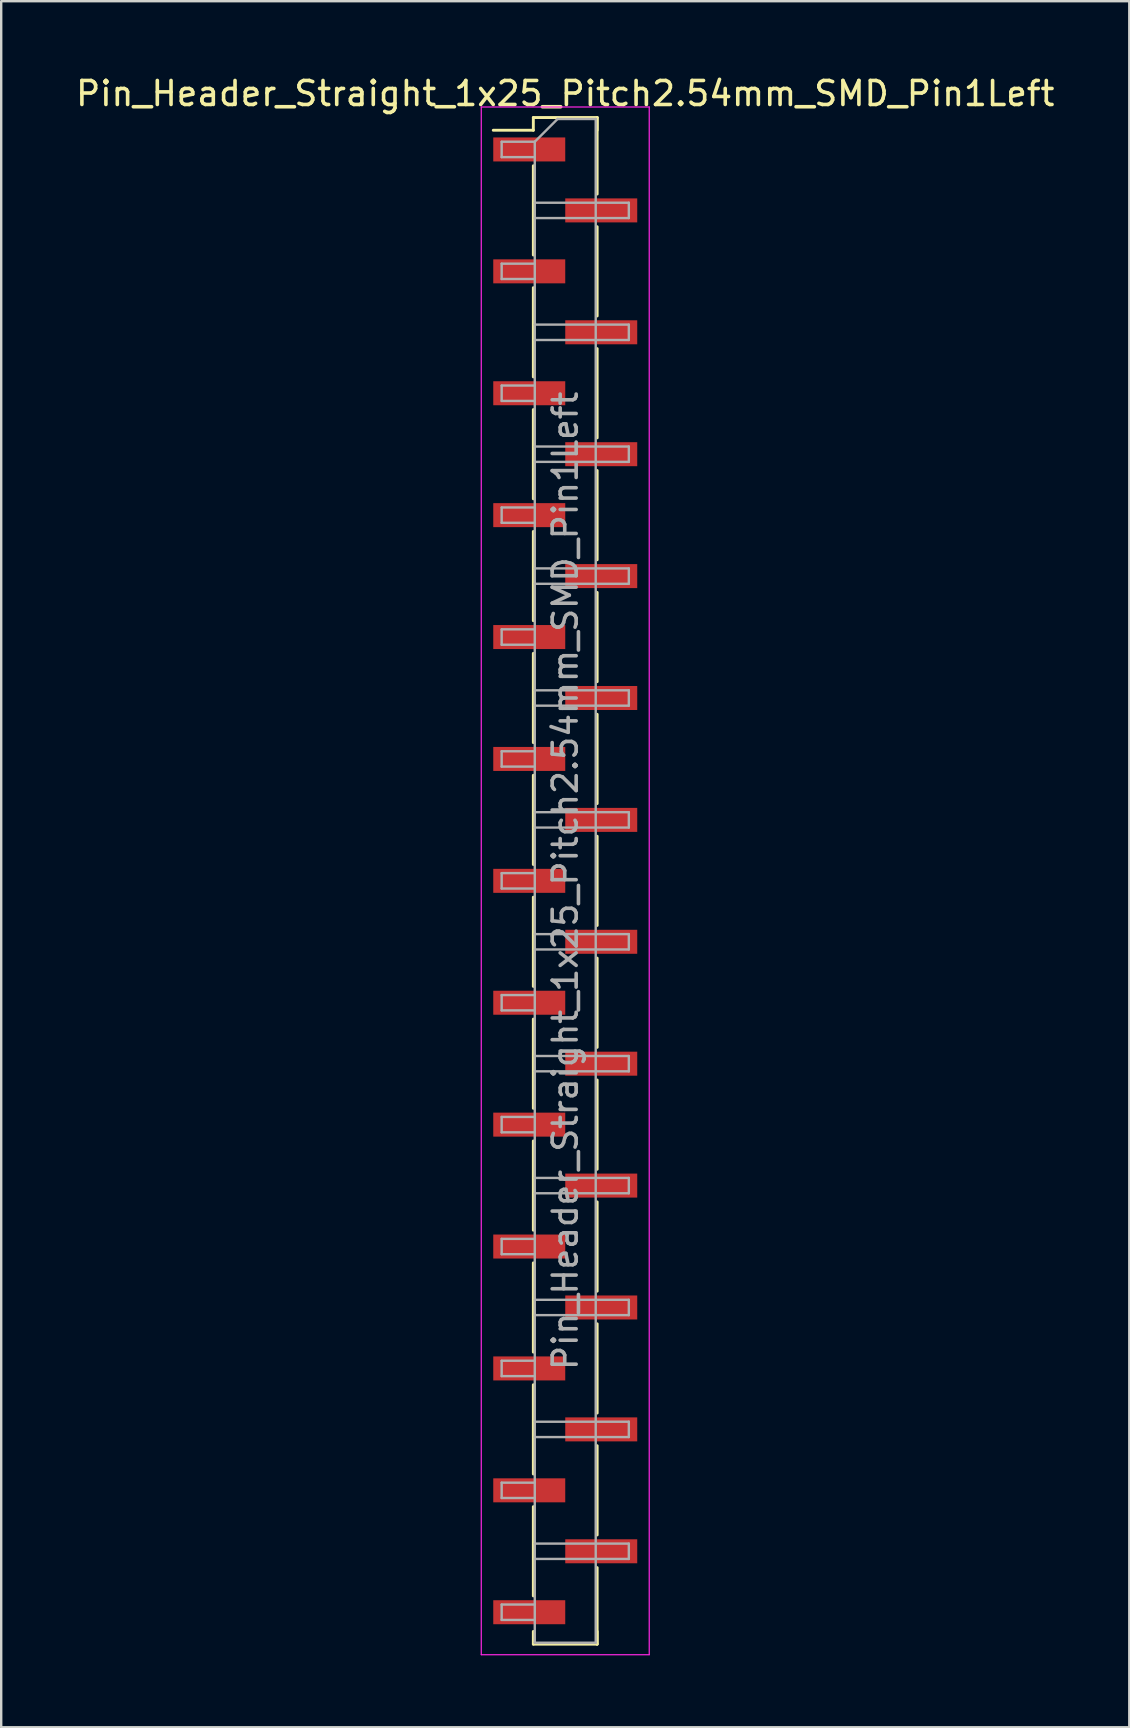
<source format=kicad_pcb>
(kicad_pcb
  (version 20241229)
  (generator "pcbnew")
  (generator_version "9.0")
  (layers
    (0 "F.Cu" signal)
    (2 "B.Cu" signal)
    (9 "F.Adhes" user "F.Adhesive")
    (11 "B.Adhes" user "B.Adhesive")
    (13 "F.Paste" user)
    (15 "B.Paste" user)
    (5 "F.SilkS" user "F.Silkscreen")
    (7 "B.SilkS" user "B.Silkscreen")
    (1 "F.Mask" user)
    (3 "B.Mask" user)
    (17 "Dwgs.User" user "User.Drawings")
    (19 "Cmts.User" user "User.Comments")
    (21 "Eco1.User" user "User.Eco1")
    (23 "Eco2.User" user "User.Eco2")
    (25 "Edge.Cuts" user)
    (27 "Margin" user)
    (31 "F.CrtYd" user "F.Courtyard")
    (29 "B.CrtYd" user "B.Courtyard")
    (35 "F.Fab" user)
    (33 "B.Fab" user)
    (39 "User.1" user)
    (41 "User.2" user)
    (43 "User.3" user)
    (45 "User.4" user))
  (footprint "Pin_Header_Straight_1x25_Pitch2.54mm_SMD_Pin1Left"
    (layer "F.Cu")
    (at 20.506 33.658)
    (property "Reference" "Pin_Header_Straight_1x25_Pitch2.54mm_SMD_Pin1Left" (at 0 -32.81 0) (layer "F.SilkS") (effects (font (size 1 1) (thickness 0.15))))
    (attr smd)
    (fp_line (start -1.33 -31.81) (end 1.33 -31.81) (stroke (width 0.12) (type solid)) (layer "F.SilkS"))
    (fp_line (start -1.33 -31.28) (end -3 -31.28) (stroke (width 0.12) (type solid)) (layer "F.SilkS"))
    (fp_line (start -1.33 -31.28) (end -1.33 -31.81) (stroke (width 0.12) (type solid)) (layer "F.SilkS"))
    (fp_line (start -1.33 -29.8) (end -1.33 -26.08) (stroke (width 0.12) (type solid)) (layer "F.SilkS"))
    (fp_line (start -1.33 -24.72) (end -1.33 -21) (stroke (width 0.12) (type solid)) (layer "F.SilkS"))
    (fp_line (start -1.33 -19.64) (end -1.33 -15.92) (stroke (width 0.12) (type solid)) (layer "F.SilkS"))
    (fp_line (start -1.33 -14.56) (end -1.33 -10.84) (stroke (width 0.12) (type solid)) (layer "F.SilkS"))
    (fp_line (start -1.33 -9.48) (end -1.33 -5.76) (stroke (width 0.12) (type solid)) (layer "F.SilkS"))
    (fp_line (start -1.33 -4.4) (end -1.33 -0.68) (stroke (width 0.12) (type solid)) (layer "F.SilkS"))
    (fp_line (start -1.33 0.68) (end -1.33 4.4) (stroke (width 0.12) (type solid)) (layer "F.SilkS"))
    (fp_line (start -1.33 5.76) (end -1.33 9.48) (stroke (width 0.12) (type solid)) (layer "F.SilkS"))
    (fp_line (start -1.33 10.84) (end -1.33 14.56) (stroke (width 0.12) (type solid)) (layer "F.SilkS"))
    (fp_line (start -1.33 15.92) (end -1.33 19.64) (stroke (width 0.12) (type solid)) (layer "F.SilkS"))
    (fp_line (start -1.33 21) (end -1.33 24.72) (stroke (width 0.12) (type solid)) (layer "F.SilkS"))
    (fp_line (start -1.33 26.08) (end -1.33 29.8) (stroke (width 0.12) (type solid)) (layer "F.SilkS"))
    (fp_line (start -1.33 31.28) (end -1.33 31.81) (stroke (width 0.12) (type solid)) (layer "F.SilkS"))
    (fp_line (start -1.33 31.81) (end 1.33 31.81) (stroke (width 0.12) (type solid)) (layer "F.SilkS"))
    (fp_line (start 1.33 -31.81) (end 1.33 -31.28) (stroke (width 0.12) (type solid)) (layer "F.SilkS"))
    (fp_line (start 1.33 -31.81) (end 1.33 -28.62) (stroke (width 0.12) (type solid)) (layer "F.SilkS"))
    (fp_line (start 1.33 -27.26) (end 1.33 -23.54) (stroke (width 0.12) (type solid)) (layer "F.SilkS"))
    (fp_line (start 1.33 -22.18) (end 1.33 -18.46) (stroke (width 0.12) (type solid)) (layer "F.SilkS"))
    (fp_line (start 1.33 -17.1) (end 1.33 -13.38) (stroke (width 0.12) (type solid)) (layer "F.SilkS"))
    (fp_line (start 1.33 -12.02) (end 1.33 -8.3) (stroke (width 0.12) (type solid)) (layer "F.SilkS"))
    (fp_line (start 1.33 -6.94) (end 1.33 -3.22) (stroke (width 0.12) (type solid)) (layer "F.SilkS"))
    (fp_line (start 1.33 -1.86) (end 1.33 1.86) (stroke (width 0.12) (type solid)) (layer "F.SilkS"))
    (fp_line (start 1.33 3.22) (end 1.33 6.94) (stroke (width 0.12) (type solid)) (layer "F.SilkS"))
    (fp_line (start 1.33 8.3) (end 1.33 12.02) (stroke (width 0.12) (type solid)) (layer "F.SilkS"))
    (fp_line (start 1.33 13.38) (end 1.33 17.1) (stroke (width 0.12) (type solid)) (layer "F.SilkS"))
    (fp_line (start 1.33 18.46) (end 1.33 22.18) (stroke (width 0.12) (type solid)) (layer "F.SilkS"))
    (fp_line (start 1.33 23.54) (end 1.33 27.26) (stroke (width 0.12) (type solid)) (layer "F.SilkS"))
    (fp_line (start 1.33 28.62) (end 1.33 31.81) (stroke (width 0.12) (type solid)) (layer "F.SilkS"))
    (fp_line (start 1.33 31.81) (end 1.33 31.28) (stroke (width 0.12) (type solid)) (layer "F.SilkS"))
    (fp_line (start -3.5 -32.25) (end -3.5 32.25) (stroke (width 0.05) (type solid)) (layer "F.CrtYd"))
    (fp_line (start -3.5 32.25) (end 3.5 32.25) (stroke (width 0.05) (type solid)) (layer "F.CrtYd"))
    (fp_line (start 3.5 -32.25) (end -3.5 -32.25) (stroke (width 0.05) (type solid)) (layer "F.CrtYd"))
    (fp_line (start 3.5 32.25) (end 3.5 -32.25) (stroke (width 0.05) (type solid)) (layer "F.CrtYd"))
    (fp_line (start -2.65 -30.8) (end -2.65 -30.16) (stroke (width 0.1) (type solid)) (layer "F.Fab"))
    (fp_line (start -2.65 -30.16) (end -1.27 -30.16) (stroke (width 0.1) (type solid)) (layer "F.Fab"))
    (fp_line (start -2.65 -25.72) (end -2.65 -25.08) (stroke (width 0.1) (type solid)) (layer "F.Fab"))
    (fp_line (start -2.65 -25.08) (end -1.27 -25.08) (stroke (width 0.1) (type solid)) (layer "F.Fab"))
    (fp_line (start -2.65 -20.64) (end -2.65 -20) (stroke (width 0.1) (type solid)) (layer "F.Fab"))
    (fp_line (start -2.65 -20) (end -1.27 -20) (stroke (width 0.1) (type solid)) (layer "F.Fab"))
    (fp_line (start -2.65 -15.56) (end -2.65 -14.92) (stroke (width 0.1) (type solid)) (layer "F.Fab"))
    (fp_line (start -2.65 -14.92) (end -1.27 -14.92) (stroke (width 0.1) (type solid)) (layer "F.Fab"))
    (fp_line (start -2.65 -10.48) (end -2.65 -9.84) (stroke (width 0.1) (type solid)) (layer "F.Fab"))
    (fp_line (start -2.65 -9.84) (end -1.27 -9.84) (stroke (width 0.1) (type solid)) (layer "F.Fab"))
    (fp_line (start -2.65 -5.4) (end -2.65 -4.76) (stroke (width 0.1) (type solid)) (layer "F.Fab"))
    (fp_line (start -2.65 -4.76) (end -1.27 -4.76) (stroke (width 0.1) (type solid)) (layer "F.Fab"))
    (fp_line (start -2.65 -0.32) (end -2.65 0.32) (stroke (width 0.1) (type solid)) (layer "F.Fab"))
    (fp_line (start -2.65 0.32) (end -1.27 0.32) (stroke (width 0.1) (type solid)) (layer "F.Fab"))
    (fp_line (start -2.65 4.76) (end -2.65 5.4) (stroke (width 0.1) (type solid)) (layer "F.Fab"))
    (fp_line (start -2.65 5.4) (end -1.27 5.4) (stroke (width 0.1) (type solid)) (layer "F.Fab"))
    (fp_line (start -2.65 9.84) (end -2.65 10.48) (stroke (width 0.1) (type solid)) (layer "F.Fab"))
    (fp_line (start -2.65 10.48) (end -1.27 10.48) (stroke (width 0.1) (type solid)) (layer "F.Fab"))
    (fp_line (start -2.65 14.92) (end -2.65 15.56) (stroke (width 0.1) (type solid)) (layer "F.Fab"))
    (fp_line (start -2.65 15.56) (end -1.27 15.56) (stroke (width 0.1) (type solid)) (layer "F.Fab"))
    (fp_line (start -2.65 20) (end -2.65 20.64) (stroke (width 0.1) (type solid)) (layer "F.Fab"))
    (fp_line (start -2.65 20.64) (end -1.27 20.64) (stroke (width 0.1) (type solid)) (layer "F.Fab"))
    (fp_line (start -2.65 25.08) (end -2.65 25.72) (stroke (width 0.1) (type solid)) (layer "F.Fab"))
    (fp_line (start -2.65 25.72) (end -1.27 25.72) (stroke (width 0.1) (type solid)) (layer "F.Fab"))
    (fp_line (start -2.65 30.16) (end -2.65 30.8) (stroke (width 0.1) (type solid)) (layer "F.Fab"))
    (fp_line (start -2.65 30.8) (end -1.27 30.8) (stroke (width 0.1) (type solid)) (layer "F.Fab"))
    (fp_line (start -1.27 -30.8) (end -2.65 -30.8) (stroke (width 0.1) (type solid)) (layer "F.Fab"))
    (fp_line (start -1.27 -30.8) (end -0.32 -31.75) (stroke (width 0.1) (type solid)) (layer "F.Fab"))
    (fp_line (start -1.27 -28.26) (end 2.65 -28.26) (stroke (width 0.1) (type solid)) (layer "F.Fab"))
    (fp_line (start -1.27 -25.72) (end -2.65 -25.72) (stroke (width 0.1) (type solid)) (layer "F.Fab"))
    (fp_line (start -1.27 -23.18) (end 2.65 -23.18) (stroke (width 0.1) (type solid)) (layer "F.Fab"))
    (fp_line (start -1.27 -20.64) (end -2.65 -20.64) (stroke (width 0.1) (type solid)) (layer "F.Fab"))
    (fp_line (start -1.27 -18.1) (end 2.65 -18.1) (stroke (width 0.1) (type solid)) (layer "F.Fab"))
    (fp_line (start -1.27 -15.56) (end -2.65 -15.56) (stroke (width 0.1) (type solid)) (layer "F.Fab"))
    (fp_line (start -1.27 -13.02) (end 2.65 -13.02) (stroke (width 0.1) (type solid)) (layer "F.Fab"))
    (fp_line (start -1.27 -10.48) (end -2.65 -10.48) (stroke (width 0.1) (type solid)) (layer "F.Fab"))
    (fp_line (start -1.27 -7.94) (end 2.65 -7.94) (stroke (width 0.1) (type solid)) (layer "F.Fab"))
    (fp_line (start -1.27 -5.4) (end -2.65 -5.4) (stroke (width 0.1) (type solid)) (layer "F.Fab"))
    (fp_line (start -1.27 -2.86) (end 2.65 -2.86) (stroke (width 0.1) (type solid)) (layer "F.Fab"))
    (fp_line (start -1.27 -0.32) (end -2.65 -0.32) (stroke (width 0.1) (type solid)) (layer "F.Fab"))
    (fp_line (start -1.27 2.22) (end 2.65 2.22) (stroke (width 0.1) (type solid)) (layer "F.Fab"))
    (fp_line (start -1.27 4.76) (end -2.65 4.76) (stroke (width 0.1) (type solid)) (layer "F.Fab"))
    (fp_line (start -1.27 7.3) (end 2.65 7.3) (stroke (width 0.1) (type solid)) (layer "F.Fab"))
    (fp_line (start -1.27 9.84) (end -2.65 9.84) (stroke (width 0.1) (type solid)) (layer "F.Fab"))
    (fp_line (start -1.27 12.38) (end 2.65 12.38) (stroke (width 0.1) (type solid)) (layer "F.Fab"))
    (fp_line (start -1.27 14.92) (end -2.65 14.92) (stroke (width 0.1) (type solid)) (layer "F.Fab"))
    (fp_line (start -1.27 17.46) (end 2.65 17.46) (stroke (width 0.1) (type solid)) (layer "F.Fab"))
    (fp_line (start -1.27 20) (end -2.65 20) (stroke (width 0.1) (type solid)) (layer "F.Fab"))
    (fp_line (start -1.27 22.54) (end 2.65 22.54) (stroke (width 0.1) (type solid)) (layer "F.Fab"))
    (fp_line (start -1.27 25.08) (end -2.65 25.08) (stroke (width 0.1) (type solid)) (layer "F.Fab"))
    (fp_line (start -1.27 27.62) (end 2.65 27.62) (stroke (width 0.1) (type solid)) (layer "F.Fab"))
    (fp_line (start -1.27 30.16) (end -2.65 30.16) (stroke (width 0.1) (type solid)) (layer "F.Fab"))
    (fp_line (start -1.27 31.75) (end -1.27 -30.8) (stroke (width 0.1) (type solid)) (layer "F.Fab"))
    (fp_line (start -0.32 -31.75) (end 1.27 -31.75) (stroke (width 0.1) (type solid)) (layer "F.Fab"))
    (fp_line (start 1.27 -31.75) (end 1.27 31.75) (stroke (width 0.1) (type solid)) (layer "F.Fab"))
    (fp_line (start 1.27 31.75) (end -1.27 31.75) (stroke (width 0.1) (type solid)) (layer "F.Fab"))
    (fp_line (start 2.65 -28.26) (end 2.65 -27.62) (stroke (width 0.1) (type solid)) (layer "F.Fab"))
    (fp_line (start 2.65 -27.62) (end -1.27 -27.62) (stroke (width 0.1) (type solid)) (layer "F.Fab"))
    (fp_line (start 2.65 -23.18) (end 2.65 -22.54) (stroke (width 0.1) (type solid)) (layer "F.Fab"))
    (fp_line (start 2.65 -22.54) (end -1.27 -22.54) (stroke (width 0.1) (type solid)) (layer "F.Fab"))
    (fp_line (start 2.65 -18.1) (end 2.65 -17.46) (stroke (width 0.1) (type solid)) (layer "F.Fab"))
    (fp_line (start 2.65 -17.46) (end -1.27 -17.46) (stroke (width 0.1) (type solid)) (layer "F.Fab"))
    (fp_line (start 2.65 -13.02) (end 2.65 -12.38) (stroke (width 0.1) (type solid)) (layer "F.Fab"))
    (fp_line (start 2.65 -12.38) (end -1.27 -12.38) (stroke (width 0.1) (type solid)) (layer "F.Fab"))
    (fp_line (start 2.65 -7.94) (end 2.65 -7.3) (stroke (width 0.1) (type solid)) (layer "F.Fab"))
    (fp_line (start 2.65 -7.3) (end -1.27 -7.3) (stroke (width 0.1) (type solid)) (layer "F.Fab"))
    (fp_line (start 2.65 -2.86) (end 2.65 -2.22) (stroke (width 0.1) (type solid)) (layer "F.Fab"))
    (fp_line (start 2.65 -2.22) (end -1.27 -2.22) (stroke (width 0.1) (type solid)) (layer "F.Fab"))
    (fp_line (start 2.65 2.22) (end 2.65 2.86) (stroke (width 0.1) (type solid)) (layer "F.Fab"))
    (fp_line (start 2.65 2.86) (end -1.27 2.86) (stroke (width 0.1) (type solid)) (layer "F.Fab"))
    (fp_line (start 2.65 7.3) (end 2.65 7.94) (stroke (width 0.1) (type solid)) (layer "F.Fab"))
    (fp_line (start 2.65 7.94) (end -1.27 7.94) (stroke (width 0.1) (type solid)) (layer "F.Fab"))
    (fp_line (start 2.65 12.38) (end 2.65 13.02) (stroke (width 0.1) (type solid)) (layer "F.Fab"))
    (fp_line (start 2.65 13.02) (end -1.27 13.02) (stroke (width 0.1) (type solid)) (layer "F.Fab"))
    (fp_line (start 2.65 17.46) (end 2.65 18.1) (stroke (width 0.1) (type solid)) (layer "F.Fab"))
    (fp_line (start 2.65 18.1) (end -1.27 18.1) (stroke (width 0.1) (type solid)) (layer "F.Fab"))
    (fp_line (start 2.65 22.54) (end 2.65 23.18) (stroke (width 0.1) (type solid)) (layer "F.Fab"))
    (fp_line (start 2.65 23.18) (end -1.27 23.18) (stroke (width 0.1) (type solid)) (layer "F.Fab"))
    (fp_line (start 2.65 27.62) (end 2.65 28.26) (stroke (width 0.1) (type solid)) (layer "F.Fab"))
    (fp_line (start 2.65 28.26) (end -1.27 28.26) (stroke (width 0.1) (type solid)) (layer "F.Fab"))
    (fp_text user "${REFERENCE}" (at 0 0 90) (layer "F.Fab") (effects (font (size 1 1) (thickness 0.15))))
    (pad "1" smd rect (at -1.5 -30.48) (size 3 1) (layers "F.Cu" "F.Mask"))
    (pad "2" smd rect (at 1.5 -27.94) (size 3 1) (layers "F.Cu" "F.Mask"))
    (pad "3" smd rect (at -1.5 -25.4) (size 3 1) (layers "F.Cu" "F.Mask"))
    (pad "4" smd rect (at 1.5 -22.86) (size 3 1) (layers "F.Cu" "F.Mask"))
    (pad "5" smd rect (at -1.5 -20.32) (size 3 1) (layers "F.Cu" "F.Mask"))
    (pad "6" smd rect (at 1.5 -17.78) (size 3 1) (layers "F.Cu" "F.Mask"))
    (pad "7" smd rect (at -1.5 -15.24) (size 3 1) (layers "F.Cu" "F.Mask"))
    (pad "8" smd rect (at 1.5 -12.7) (size 3 1) (layers "F.Cu" "F.Mask"))
    (pad "9" smd rect (at -1.5 -10.16) (size 3 1) (layers "F.Cu" "F.Mask"))
    (pad "10" smd rect (at 1.5 -7.62) (size 3 1) (layers "F.Cu" "F.Mask"))
    (pad "11" smd rect (at -1.5 -5.08) (size 3 1) (layers "F.Cu" "F.Mask"))
    (pad "12" smd rect (at 1.5 -2.54) (size 3 1) (layers "F.Cu" "F.Mask"))
    (pad "13" smd rect (at -1.5 0) (size 3 1) (layers "F.Cu" "F.Mask"))
    (pad "14" smd rect (at 1.5 2.54) (size 3 1) (layers "F.Cu" "F.Mask"))
    (pad "15" smd rect (at -1.5 5.08) (size 3 1) (layers "F.Cu" "F.Mask"))
    (pad "16" smd rect (at 1.5 7.62) (size 3 1) (layers "F.Cu" "F.Mask"))
    (pad "17" smd rect (at -1.5 10.16) (size 3 1) (layers "F.Cu" "F.Mask"))
    (pad "18" smd rect (at 1.5 12.7) (size 3 1) (layers "F.Cu" "F.Mask"))
    (pad "19" smd rect (at -1.5 15.24) (size 3 1) (layers "F.Cu" "F.Mask"))
    (pad "20" smd rect (at 1.5 17.78) (size 3 1) (layers "F.Cu" "F.Mask"))
    (pad "21" smd rect (at -1.5 20.32) (size 3 1) (layers "F.Cu" "F.Mask"))
    (pad "22" smd rect (at 1.5 22.86) (size 3 1) (layers "F.Cu" "F.Mask"))
    (pad "23" smd rect (at -1.5 25.4) (size 3 1) (layers "F.Cu" "F.Mask"))
    (pad "24" smd rect (at 1.5 27.94) (size 3 1) (layers "F.Cu" "F.Mask"))
    (pad "25" smd rect (at -1.5 30.48) (size 3 1) (layers "F.Cu" "F.Mask")))
  (gr_rect
    (start -3 -3)
    (end 44.012 68.933)
    (stroke (width 0.1) (type default))
    (fill no)
    (layer "Edge.Cuts")))
</source>
